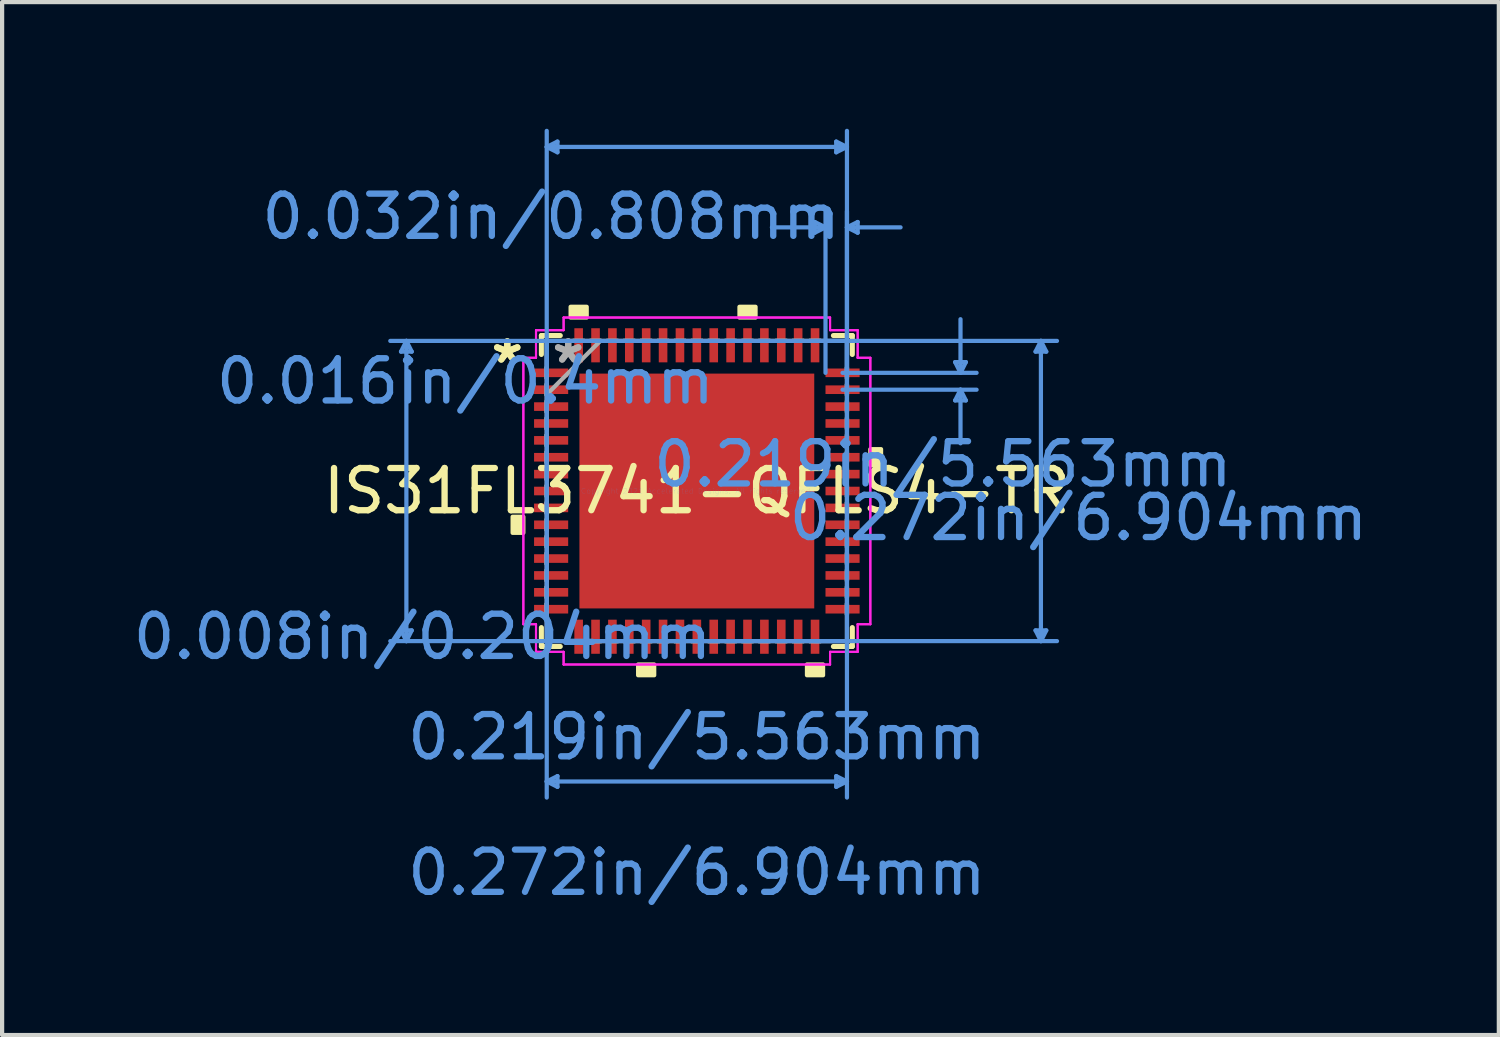
<source format=kicad_pcb>
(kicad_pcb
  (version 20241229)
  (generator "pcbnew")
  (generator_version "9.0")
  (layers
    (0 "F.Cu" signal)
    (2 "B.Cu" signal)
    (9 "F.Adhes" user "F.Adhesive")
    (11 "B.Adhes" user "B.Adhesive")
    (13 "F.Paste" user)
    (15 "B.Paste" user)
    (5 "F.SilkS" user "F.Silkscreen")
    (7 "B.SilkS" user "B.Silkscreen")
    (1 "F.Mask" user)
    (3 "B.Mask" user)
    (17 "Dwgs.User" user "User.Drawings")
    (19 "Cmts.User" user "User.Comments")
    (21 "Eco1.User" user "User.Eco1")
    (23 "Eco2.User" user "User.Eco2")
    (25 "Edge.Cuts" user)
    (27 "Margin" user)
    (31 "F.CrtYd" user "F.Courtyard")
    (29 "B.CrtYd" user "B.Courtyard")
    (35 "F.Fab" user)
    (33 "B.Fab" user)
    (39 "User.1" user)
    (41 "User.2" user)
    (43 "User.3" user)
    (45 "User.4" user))
  (footprint "IS31FL3741-QFLS4-TR"
    (layer "F.Cu")
    (at 13.458 8.582)
    (property "Reference" "IS31FL3741-QFLS4-TR" (at 0 0 0) (layer "F.SilkS") (effects (font (size 1 1) (thickness 0.15))))
    (attr through_hole)
    (fp_line (start -3.683 -3.683) (end -3.683 -3.235) (stroke (width 0.12) (type solid)) (layer "F.SilkS"))
    (fp_line (start -3.683 3.235) (end -3.683 3.683) (stroke (width 0.12) (type solid)) (layer "F.SilkS"))
    (fp_line (start -3.683 3.683) (end -3.235 3.683) (stroke (width 0.12) (type solid)) (layer "F.SilkS"))
    (fp_line (start -3.235 -3.683) (end -3.683 -3.683) (stroke (width 0.12) (type solid)) (layer "F.SilkS"))
    (fp_line (start 3.235 3.683) (end 3.683 3.683) (stroke (width 0.12) (type solid)) (layer "F.SilkS"))
    (fp_line (start 3.683 -3.683) (end 3.235 -3.683) (stroke (width 0.12) (type solid)) (layer "F.SilkS"))
    (fp_line (start 3.683 -3.235) (end 3.683 -3.683) (stroke (width 0.12) (type solid)) (layer "F.SilkS"))
    (fp_line (start 3.683 3.683) (end 3.683 3.235) (stroke (width 0.12) (type solid)) (layer "F.SilkS"))
    (fp_poly (pts (xy -4.364 0.61) (xy -4.364 0.991) (xy -4.11 0.991) (xy -4.11 0.61)) (stroke (width 0.1) (type solid)) (fill yes) (layer "F.SilkS"))
    (fp_poly (pts (xy -2.99 -4.11) (xy -2.99 -4.364) (xy -2.609 -4.364) (xy -2.609 -4.11)) (stroke (width 0.1) (type solid)) (fill yes) (layer "F.SilkS"))
    (fp_poly (pts (xy -1.391 4.11) (xy -1.391 4.364) (xy -1.01 4.364) (xy -1.01 4.11)) (stroke (width 0.1) (type solid)) (fill yes) (layer "F.SilkS"))
    (fp_poly (pts (xy 1.01 -4.11) (xy 1.01 -4.364) (xy 1.391 -4.364) (xy 1.391 -4.11)) (stroke (width 0.1) (type solid)) (fill yes) (layer "F.SilkS"))
    (fp_poly (pts (xy 2.609 4.11) (xy 2.609 4.364) (xy 2.99 4.364) (xy 2.99 4.11)) (stroke (width 0.1) (type solid)) (fill yes) (layer "F.SilkS"))
    (fp_poly (pts (xy 4.364 -0.991) (xy 4.364 -0.61) (xy 4.11 -0.61) (xy 4.11 -0.991)) (stroke (width 0.1) (type solid)) (fill yes) (layer "F.SilkS"))
    (fp_poly (pts (xy -2.681 -2.681) (xy -2.681 -1.491) (xy -1.491 -1.491) (xy -1.491 -2.681)) (stroke (width 0.1) (type solid)) (fill yes) (layer "F.Paste"))
    (fp_poly (pts (xy -2.681 -1.291) (xy -2.681 -0.1) (xy -1.491 -0.1) (xy -1.491 -1.291)) (stroke (width 0.1) (type solid)) (fill yes) (layer "F.Paste"))
    (fp_poly (pts (xy -2.681 0.1) (xy -2.681 1.291) (xy -1.491 1.291) (xy -1.491 0.1)) (stroke (width 0.1) (type solid)) (fill yes) (layer "F.Paste"))
    (fp_poly (pts (xy -2.681 1.491) (xy -2.681 2.681) (xy -1.491 2.681) (xy -1.491 1.491)) (stroke (width 0.1) (type solid)) (fill yes) (layer "F.Paste"))
    (fp_poly (pts (xy -1.291 -2.681) (xy -1.291 -1.491) (xy -0.1 -1.491) (xy -0.1 -2.681)) (stroke (width 0.1) (type solid)) (fill yes) (layer "F.Paste"))
    (fp_poly (pts (xy -1.291 -1.291) (xy -1.291 -0.1) (xy -0.1 -0.1) (xy -0.1 -1.291)) (stroke (width 0.1) (type solid)) (fill yes) (layer "F.Paste"))
    (fp_poly (pts (xy -1.291 0.1) (xy -1.291 1.291) (xy -0.1 1.291) (xy -0.1 0.1)) (stroke (width 0.1) (type solid)) (fill yes) (layer "F.Paste"))
    (fp_poly (pts (xy -1.291 1.491) (xy -1.291 2.681) (xy -0.1 2.681) (xy -0.1 1.491)) (stroke (width 0.1) (type solid)) (fill yes) (layer "F.Paste"))
    (fp_poly (pts (xy 0.1 -2.681) (xy 0.1 -1.491) (xy 1.291 -1.491) (xy 1.291 -2.681)) (stroke (width 0.1) (type solid)) (fill yes) (layer "F.Paste"))
    (fp_poly (pts (xy 0.1 -1.291) (xy 0.1 -0.1) (xy 1.291 -0.1) (xy 1.291 -1.291)) (stroke (width 0.1) (type solid)) (fill yes) (layer "F.Paste"))
    (fp_poly (pts (xy 0.1 0.1) (xy 0.1 1.291) (xy 1.291 1.291) (xy 1.291 0.1)) (stroke (width 0.1) (type solid)) (fill yes) (layer "F.Paste"))
    (fp_poly (pts (xy 0.1 1.491) (xy 0.1 2.681) (xy 1.291 2.681) (xy 1.291 1.491)) (stroke (width 0.1) (type solid)) (fill yes) (layer "F.Paste"))
    (fp_poly (pts (xy 1.491 -2.681) (xy 1.491 -1.491) (xy 2.681 -1.491) (xy 2.681 -2.681)) (stroke (width 0.1) (type solid)) (fill yes) (layer "F.Paste"))
    (fp_poly (pts (xy 1.491 -1.291) (xy 1.491 -0.1) (xy 2.681 -0.1) (xy 2.681 -1.291)) (stroke (width 0.1) (type solid)) (fill yes) (layer "F.Paste"))
    (fp_poly (pts (xy 1.491 0.1) (xy 1.491 1.291) (xy 2.681 1.291) (xy 2.681 0.1)) (stroke (width 0.1) (type solid)) (fill yes) (layer "F.Paste"))
    (fp_poly (pts (xy 1.491 1.491) (xy 1.491 2.681) (xy 2.681 2.681) (xy 2.681 1.491)) (stroke (width 0.1) (type solid)) (fill yes) (layer "F.Paste"))
    (fp_line (start -7.008 -3.302) (end -6.754 -3.302) (stroke (width 0.1) (type solid)) (layer "Cmts.User"))
    (fp_line (start -7.008 3.302) (end -6.754 3.302) (stroke (width 0.1) (type solid)) (layer "Cmts.User"))
    (fp_line (start -6.881 -3.556) (end -7.008 -3.302) (stroke (width 0.1) (type solid)) (layer "Cmts.User"))
    (fp_line (start -6.881 -3.556) (end -6.881 3.556) (stroke (width 0.1) (type solid)) (layer "Cmts.User"))
    (fp_line (start -6.881 -3.556) (end -6.754 -3.302) (stroke (width 0.1) (type solid)) (layer "Cmts.User"))
    (fp_line (start -6.881 3.556) (end -7.008 3.302) (stroke (width 0.1) (type solid)) (layer "Cmts.User"))
    (fp_line (start -6.881 3.556) (end -6.754 3.302) (stroke (width 0.1) (type solid)) (layer "Cmts.User"))
    (fp_line (start -3.556 -8.151) (end -3.302 -8.278) (stroke (width 0.1) (type solid)) (layer "Cmts.User"))
    (fp_line (start -3.556 -8.151) (end -3.302 -8.024) (stroke (width 0.1) (type solid)) (layer "Cmts.User"))
    (fp_line (start -3.556 -8.151) (end 3.556 -8.151) (stroke (width 0.1) (type solid)) (layer "Cmts.User"))
    (fp_line (start -3.556 -3.556) (end -3.556 7.262) (stroke (width 0.1) (type solid)) (layer "Cmts.User"))
    (fp_line (start -3.556 -2.8) (end -3.556 -8.532) (stroke (width 0.1) (type solid)) (layer "Cmts.User"))
    (fp_line (start -3.556 6.881) (end -3.302 6.754) (stroke (width 0.1) (type solid)) (layer "Cmts.User"))
    (fp_line (start -3.556 6.881) (end -3.302 7.008) (stroke (width 0.1) (type solid)) (layer "Cmts.User"))
    (fp_line (start -3.556 6.881) (end 3.556 6.881) (stroke (width 0.1) (type solid)) (layer "Cmts.User"))
    (fp_line (start -3.302 -8.278) (end -3.302 -8.024) (stroke (width 0.1) (type solid)) (layer "Cmts.User"))
    (fp_line (start -3.302 6.754) (end -3.302 7.008) (stroke (width 0.1) (type solid)) (layer "Cmts.User"))
    (fp_line (start 2.794 -6.373) (end 2.794 -6.119) (stroke (width 0.1) (type solid)) (layer "Cmts.User"))
    (fp_line (start 2.8 -3.556) (end 8.532 -3.556) (stroke (width 0.1) (type solid)) (layer "Cmts.User"))
    (fp_line (start 2.8 3.556) (end 8.532 3.556) (stroke (width 0.1) (type solid)) (layer "Cmts.User"))
    (fp_line (start 3.048 -6.246) (end 1.778 -6.246) (stroke (width 0.1) (type solid)) (layer "Cmts.User"))
    (fp_line (start 3.048 -6.246) (end 2.794 -6.373) (stroke (width 0.1) (type solid)) (layer "Cmts.User"))
    (fp_line (start 3.048 -6.246) (end 2.794 -6.119) (stroke (width 0.1) (type solid)) (layer "Cmts.User"))
    (fp_line (start 3.048 -2.8) (end 3.048 -6.627) (stroke (width 0.1) (type solid)) (layer "Cmts.User"))
    (fp_line (start 3.302 -8.278) (end 3.302 -8.024) (stroke (width 0.1) (type solid)) (layer "Cmts.User"))
    (fp_line (start 3.302 6.754) (end 3.302 7.008) (stroke (width 0.1) (type solid)) (layer "Cmts.User"))
    (fp_line (start 3.452 -2.8) (end 6.627 -2.8) (stroke (width 0.1) (type solid)) (layer "Cmts.User"))
    (fp_line (start 3.452 -2.4) (end 6.627 -2.4) (stroke (width 0.1) (type solid)) (layer "Cmts.User"))
    (fp_line (start 3.556 -8.151) (end 3.302 -8.278) (stroke (width 0.1) (type solid)) (layer "Cmts.User"))
    (fp_line (start 3.556 -8.151) (end 3.302 -8.024) (stroke (width 0.1) (type solid)) (layer "Cmts.User"))
    (fp_line (start 3.556 -6.246) (end 3.81 -6.373) (stroke (width 0.1) (type solid)) (layer "Cmts.User"))
    (fp_line (start 3.556 -6.246) (end 3.81 -6.119) (stroke (width 0.1) (type solid)) (layer "Cmts.User"))
    (fp_line (start 3.556 -6.246) (end 4.826 -6.246) (stroke (width 0.1) (type solid)) (layer "Cmts.User"))
    (fp_line (start 3.556 -3.556) (end -7.262 -3.556) (stroke (width 0.1) (type solid)) (layer "Cmts.User"))
    (fp_line (start 3.556 -3.556) (end 3.556 7.262) (stroke (width 0.1) (type solid)) (layer "Cmts.User"))
    (fp_line (start 3.556 -2.8) (end 3.556 -8.532) (stroke (width 0.1) (type solid)) (layer "Cmts.User"))
    (fp_line (start 3.556 -2.8) (end 3.556 -6.627) (stroke (width 0.1) (type solid)) (layer "Cmts.User"))
    (fp_line (start 3.556 3.556) (end -7.262 3.556) (stroke (width 0.1) (type solid)) (layer "Cmts.User"))
    (fp_line (start 3.556 6.881) (end 3.302 6.754) (stroke (width 0.1) (type solid)) (layer "Cmts.User"))
    (fp_line (start 3.556 6.881) (end 3.302 7.008) (stroke (width 0.1) (type solid)) (layer "Cmts.User"))
    (fp_line (start 3.81 -6.373) (end 3.81 -6.119) (stroke (width 0.1) (type solid)) (layer "Cmts.User"))
    (fp_line (start 6.119 -3.054) (end 6.373 -3.054) (stroke (width 0.1) (type solid)) (layer "Cmts.User"))
    (fp_line (start 6.119 -2.146) (end 6.373 -2.146) (stroke (width 0.1) (type solid)) (layer "Cmts.User"))
    (fp_line (start 6.246 -2.8) (end 6.119 -3.054) (stroke (width 0.1) (type solid)) (layer "Cmts.User"))
    (fp_line (start 6.246 -2.8) (end 6.246 -4.07) (stroke (width 0.1) (type solid)) (layer "Cmts.User"))
    (fp_line (start 6.246 -2.8) (end 6.373 -3.054) (stroke (width 0.1) (type solid)) (layer "Cmts.User"))
    (fp_line (start 6.246 -2.4) (end 6.119 -2.146) (stroke (width 0.1) (type solid)) (layer "Cmts.User"))
    (fp_line (start 6.246 -2.4) (end 6.246 -1.13) (stroke (width 0.1) (type solid)) (layer "Cmts.User"))
    (fp_line (start 6.246 -2.4) (end 6.373 -2.146) (stroke (width 0.1) (type solid)) (layer "Cmts.User"))
    (fp_line (start 8.024 -3.302) (end 8.278 -3.302) (stroke (width 0.1) (type solid)) (layer "Cmts.User"))
    (fp_line (start 8.024 3.302) (end 8.278 3.302) (stroke (width 0.1) (type solid)) (layer "Cmts.User"))
    (fp_line (start 8.151 -3.556) (end 8.024 -3.302) (stroke (width 0.1) (type solid)) (layer "Cmts.User"))
    (fp_line (start 8.151 -3.556) (end 8.151 3.556) (stroke (width 0.1) (type solid)) (layer "Cmts.User"))
    (fp_line (start 8.151 -3.556) (end 8.278 -3.302) (stroke (width 0.1) (type solid)) (layer "Cmts.User"))
    (fp_line (start 8.151 3.556) (end 8.024 3.302) (stroke (width 0.1) (type solid)) (layer "Cmts.User"))
    (fp_line (start 8.151 3.556) (end 8.278 3.302) (stroke (width 0.1) (type solid)) (layer "Cmts.User"))
    (fp_line (start -4.11 -3.156) (end -3.81 -3.156) (stroke (width 0.05) (type solid)) (layer "F.CrtYd"))
    (fp_line (start -4.11 -3.156) (end -3.81 -3.156) (stroke (width 0.05) (type solid)) (layer "F.CrtYd"))
    (fp_line (start -4.11 3.156) (end -4.11 -3.156) (stroke (width 0.05) (type solid)) (layer "F.CrtYd"))
    (fp_line (start -4.11 3.156) (end -4.11 -3.156) (stroke (width 0.05) (type solid)) (layer "F.CrtYd"))
    (fp_line (start -3.81 -3.81) (end -3.156 -3.81) (stroke (width 0.05) (type solid)) (layer "F.CrtYd"))
    (fp_line (start -3.81 -3.81) (end -3.156 -3.81) (stroke (width 0.05) (type solid)) (layer "F.CrtYd"))
    (fp_line (start -3.81 -3.156) (end -3.81 -3.81) (stroke (width 0.05) (type solid)) (layer "F.CrtYd"))
    (fp_line (start -3.81 -3.156) (end -3.81 -3.81) (stroke (width 0.05) (type solid)) (layer "F.CrtYd"))
    (fp_line (start -3.81 3.156) (end -4.11 3.156) (stroke (width 0.05) (type solid)) (layer "F.CrtYd"))
    (fp_line (start -3.81 3.156) (end -4.11 3.156) (stroke (width 0.05) (type solid)) (layer "F.CrtYd"))
    (fp_line (start -3.81 3.81) (end -3.81 3.156) (stroke (width 0.05) (type solid)) (layer "F.CrtYd"))
    (fp_line (start -3.81 3.81) (end -3.81 3.156) (stroke (width 0.05) (type solid)) (layer "F.CrtYd"))
    (fp_line (start -3.156 -4.11) (end 3.156 -4.11) (stroke (width 0.05) (type solid)) (layer "F.CrtYd"))
    (fp_line (start -3.156 -4.11) (end 3.156 -4.11) (stroke (width 0.05) (type solid)) (layer "F.CrtYd"))
    (fp_line (start -3.156 -3.81) (end -3.156 -4.11) (stroke (width 0.05) (type solid)) (layer "F.CrtYd"))
    (fp_line (start -3.156 -3.81) (end -3.156 -4.11) (stroke (width 0.05) (type solid)) (layer "F.CrtYd"))
    (fp_line (start -3.156 3.81) (end -3.81 3.81) (stroke (width 0.05) (type solid)) (layer "F.CrtYd"))
    (fp_line (start -3.156 3.81) (end -3.81 3.81) (stroke (width 0.05) (type solid)) (layer "F.CrtYd"))
    (fp_line (start -3.156 4.11) (end -3.156 3.81) (stroke (width 0.05) (type solid)) (layer "F.CrtYd"))
    (fp_line (start -3.156 4.11) (end -3.156 3.81) (stroke (width 0.05) (type solid)) (layer "F.CrtYd"))
    (fp_line (start 3.156 -4.11) (end 3.156 -3.81) (stroke (width 0.05) (type solid)) (layer "F.CrtYd"))
    (fp_line (start 3.156 -4.11) (end 3.156 -3.81) (stroke (width 0.05) (type solid)) (layer "F.CrtYd"))
    (fp_line (start 3.156 -3.81) (end 3.81 -3.81) (stroke (width 0.05) (type solid)) (layer "F.CrtYd"))
    (fp_line (start 3.156 -3.81) (end 3.81 -3.81) (stroke (width 0.05) (type solid)) (layer "F.CrtYd"))
    (fp_line (start 3.156 3.81) (end 3.156 4.11) (stroke (width 0.05) (type solid)) (layer "F.CrtYd"))
    (fp_line (start 3.156 3.81) (end 3.156 4.11) (stroke (width 0.05) (type solid)) (layer "F.CrtYd"))
    (fp_line (start 3.156 4.11) (end -3.156 4.11) (stroke (width 0.05) (type solid)) (layer "F.CrtYd"))
    (fp_line (start 3.156 4.11) (end -3.156 4.11) (stroke (width 0.05) (type solid)) (layer "F.CrtYd"))
    (fp_line (start 3.81 -3.81) (end 3.81 -3.156) (stroke (width 0.05) (type solid)) (layer "F.CrtYd"))
    (fp_line (start 3.81 -3.81) (end 3.81 -3.156) (stroke (width 0.05) (type solid)) (layer "F.CrtYd"))
    (fp_line (start 3.81 -3.156) (end 4.11 -3.156) (stroke (width 0.05) (type solid)) (layer "F.CrtYd"))
    (fp_line (start 3.81 -3.156) (end 4.11 -3.156) (stroke (width 0.05) (type solid)) (layer "F.CrtYd"))
    (fp_line (start 3.81 3.156) (end 3.81 3.81) (stroke (width 0.05) (type solid)) (layer "F.CrtYd"))
    (fp_line (start 3.81 3.156) (end 3.81 3.81) (stroke (width 0.05) (type solid)) (layer "F.CrtYd"))
    (fp_line (start 3.81 3.81) (end 3.156 3.81) (stroke (width 0.05) (type solid)) (layer "F.CrtYd"))
    (fp_line (start 3.81 3.81) (end 3.156 3.81) (stroke (width 0.05) (type solid)) (layer "F.CrtYd"))
    (fp_line (start 4.11 -3.156) (end 4.11 3.156) (stroke (width 0.05) (type solid)) (layer "F.CrtYd"))
    (fp_line (start 4.11 -3.156) (end 4.11 3.156) (stroke (width 0.05) (type solid)) (layer "F.CrtYd"))
    (fp_line (start 4.11 3.156) (end 3.81 3.156) (stroke (width 0.05) (type solid)) (layer "F.CrtYd"))
    (fp_line (start 4.11 3.156) (end 3.81 3.156) (stroke (width 0.05) (type solid)) (layer "F.CrtYd"))
    (fp_line (start -3.556 -3.556) (end -3.556 -3.556) (stroke (width 0.1) (type solid)) (layer "F.Fab"))
    (fp_line (start -3.556 -3.556) (end -3.556 3.556) (stroke (width 0.1) (type solid)) (layer "F.Fab"))
    (fp_line (start -3.556 -2.927) (end -3.556 -2.927) (stroke (width 0.1) (type solid)) (layer "F.Fab"))
    (fp_line (start -3.556 -2.927) (end -3.556 -2.673) (stroke (width 0.1) (type solid)) (layer "F.Fab"))
    (fp_line (start -3.556 -2.673) (end -3.556 -2.927) (stroke (width 0.1) (type solid)) (layer "F.Fab"))
    (fp_line (start -3.556 -2.673) (end -3.556 -2.673) (stroke (width 0.1) (type solid)) (layer "F.Fab"))
    (fp_line (start -3.556 -2.527) (end -3.556 -2.527) (stroke (width 0.1) (type solid)) (layer "F.Fab"))
    (fp_line (start -3.556 -2.527) (end -3.556 -2.273) (stroke (width 0.1) (type solid)) (layer "F.Fab"))
    (fp_line (start -3.556 -2.286) (end -2.286 -3.556) (stroke (width 0.1) (type solid)) (layer "F.Fab"))
    (fp_line (start -3.556 -2.273) (end -3.556 -2.527) (stroke (width 0.1) (type solid)) (layer "F.Fab"))
    (fp_line (start -3.556 -2.273) (end -3.556 -2.273) (stroke (width 0.1) (type solid)) (layer "F.Fab"))
    (fp_line (start -3.556 -2.127) (end -3.556 -2.127) (stroke (width 0.1) (type solid)) (layer "F.Fab"))
    (fp_line (start -3.556 -2.127) (end -3.556 -1.873) (stroke (width 0.1) (type solid)) (layer "F.Fab"))
    (fp_line (start -3.556 -1.873) (end -3.556 -2.127) (stroke (width 0.1) (type solid)) (layer "F.Fab"))
    (fp_line (start -3.556 -1.873) (end -3.556 -1.873) (stroke (width 0.1) (type solid)) (layer "F.Fab"))
    (fp_line (start -3.556 -1.727) (end -3.556 -1.727) (stroke (width 0.1) (type solid)) (layer "F.Fab"))
    (fp_line (start -3.556 -1.727) (end -3.556 -1.473) (stroke (width 0.1) (type solid)) (layer "F.Fab"))
    (fp_line (start -3.556 -1.473) (end -3.556 -1.727) (stroke (width 0.1) (type solid)) (layer "F.Fab"))
    (fp_line (start -3.556 -1.473) (end -3.556 -1.473) (stroke (width 0.1) (type solid)) (layer "F.Fab"))
    (fp_line (start -3.556 -1.327) (end -3.556 -1.327) (stroke (width 0.1) (type solid)) (layer "F.Fab"))
    (fp_line (start -3.556 -1.327) (end -3.556 -1.073) (stroke (width 0.1) (type solid)) (layer "F.Fab"))
    (fp_line (start -3.556 -1.073) (end -3.556 -1.327) (stroke (width 0.1) (type solid)) (layer "F.Fab"))
    (fp_line (start -3.556 -1.073) (end -3.556 -1.073) (stroke (width 0.1) (type solid)) (layer "F.Fab"))
    (fp_line (start -3.556 -0.927) (end -3.556 -0.927) (stroke (width 0.1) (type solid)) (layer "F.Fab"))
    (fp_line (start -3.556 -0.927) (end -3.556 -0.673) (stroke (width 0.1) (type solid)) (layer "F.Fab"))
    (fp_line (start -3.556 -0.673) (end -3.556 -0.927) (stroke (width 0.1) (type solid)) (layer "F.Fab"))
    (fp_line (start -3.556 -0.673) (end -3.556 -0.673) (stroke (width 0.1) (type solid)) (layer "F.Fab"))
    (fp_line (start -3.556 -0.527) (end -3.556 -0.527) (stroke (width 0.1) (type solid)) (layer "F.Fab"))
    (fp_line (start -3.556 -0.527) (end -3.556 -0.273) (stroke (width 0.1) (type solid)) (layer "F.Fab"))
    (fp_line (start -3.556 -0.273) (end -3.556 -0.527) (stroke (width 0.1) (type solid)) (layer "F.Fab"))
    (fp_line (start -3.556 -0.273) (end -3.556 -0.273) (stroke (width 0.1) (type solid)) (layer "F.Fab"))
    (fp_line (start -3.556 -0.127) (end -3.556 -0.127) (stroke (width 0.1) (type solid)) (layer "F.Fab"))
    (fp_line (start -3.556 -0.127) (end -3.556 0.127) (stroke (width 0.1) (type solid)) (layer "F.Fab"))
    (fp_line (start -3.556 0.127) (end -3.556 -0.127) (stroke (width 0.1) (type solid)) (layer "F.Fab"))
    (fp_line (start -3.556 0.127) (end -3.556 0.127) (stroke (width 0.1) (type solid)) (layer "F.Fab"))
    (fp_line (start -3.556 0.273) (end -3.556 0.273) (stroke (width 0.1) (type solid)) (layer "F.Fab"))
    (fp_line (start -3.556 0.273) (end -3.556 0.527) (stroke (width 0.1) (type solid)) (layer "F.Fab"))
    (fp_line (start -3.556 0.527) (end -3.556 0.273) (stroke (width 0.1) (type solid)) (layer "F.Fab"))
    (fp_line (start -3.556 0.527) (end -3.556 0.527) (stroke (width 0.1) (type solid)) (layer "F.Fab"))
    (fp_line (start -3.556 0.673) (end -3.556 0.673) (stroke (width 0.1) (type solid)) (layer "F.Fab"))
    (fp_line (start -3.556 0.673) (end -3.556 0.927) (stroke (width 0.1) (type solid)) (layer "F.Fab"))
    (fp_line (start -3.556 0.927) (end -3.556 0.673) (stroke (width 0.1) (type solid)) (layer "F.Fab"))
    (fp_line (start -3.556 0.927) (end -3.556 0.927) (stroke (width 0.1) (type solid)) (layer "F.Fab"))
    (fp_line (start -3.556 1.073) (end -3.556 1.073) (stroke (width 0.1) (type solid)) (layer "F.Fab"))
    (fp_line (start -3.556 1.073) (end -3.556 1.327) (stroke (width 0.1) (type solid)) (layer "F.Fab"))
    (fp_line (start -3.556 1.327) (end -3.556 1.073) (stroke (width 0.1) (type solid)) (layer "F.Fab"))
    (fp_line (start -3.556 1.327) (end -3.556 1.327) (stroke (width 0.1) (type solid)) (layer "F.Fab"))
    (fp_line (start -3.556 1.473) (end -3.556 1.473) (stroke (width 0.1) (type solid)) (layer "F.Fab"))
    (fp_line (start -3.556 1.473) (end -3.556 1.727) (stroke (width 0.1) (type solid)) (layer "F.Fab"))
    (fp_line (start -3.556 1.727) (end -3.556 1.473) (stroke (width 0.1) (type solid)) (layer "F.Fab"))
    (fp_line (start -3.556 1.727) (end -3.556 1.727) (stroke (width 0.1) (type solid)) (layer "F.Fab"))
    (fp_line (start -3.556 1.873) (end -3.556 1.873) (stroke (width 0.1) (type solid)) (layer "F.Fab"))
    (fp_line (start -3.556 1.873) (end -3.556 2.127) (stroke (width 0.1) (type solid)) (layer "F.Fab"))
    (fp_line (start -3.556 2.127) (end -3.556 1.873) (stroke (width 0.1) (type solid)) (layer "F.Fab"))
    (fp_line (start -3.556 2.127) (end -3.556 2.127) (stroke (width 0.1) (type solid)) (layer "F.Fab"))
    (fp_line (start -3.556 2.273) (end -3.556 2.273) (stroke (width 0.1) (type solid)) (layer "F.Fab"))
    (fp_line (start -3.556 2.273) (end -3.556 2.527) (stroke (width 0.1) (type solid)) (layer "F.Fab"))
    (fp_line (start -3.556 2.527) (end -3.556 2.273) (stroke (width 0.1) (type solid)) (layer "F.Fab"))
    (fp_line (start -3.556 2.527) (end -3.556 2.527) (stroke (width 0.1) (type solid)) (layer "F.Fab"))
    (fp_line (start -3.556 2.673) (end -3.556 2.673) (stroke (width 0.1) (type solid)) (layer "F.Fab"))
    (fp_line (start -3.556 2.673) (end -3.556 2.927) (stroke (width 0.1) (type solid)) (layer "F.Fab"))
    (fp_line (start -3.556 2.927) (end -3.556 2.673) (stroke (width 0.1) (type solid)) (layer "F.Fab"))
    (fp_line (start -3.556 2.927) (end -3.556 2.927) (stroke (width 0.1) (type solid)) (layer "F.Fab"))
    (fp_line (start -3.556 3.556) (end -3.556 3.556) (stroke (width 0.1) (type solid)) (layer "F.Fab"))
    (fp_line (start -3.556 3.556) (end 3.556 3.556) (stroke (width 0.1) (type solid)) (layer "F.Fab"))
    (fp_line (start -2.927 -3.556) (end -2.927 -3.556) (stroke (width 0.1) (type solid)) (layer "F.Fab"))
    (fp_line (start -2.927 -3.556) (end -2.673 -3.556) (stroke (width 0.1) (type solid)) (layer "F.Fab"))
    (fp_line (start -2.927 3.556) (end -2.927 3.556) (stroke (width 0.1) (type solid)) (layer "F.Fab"))
    (fp_line (start -2.927 3.556) (end -2.673 3.556) (stroke (width 0.1) (type solid)) (layer "F.Fab"))
    (fp_line (start -2.673 -3.556) (end -2.927 -3.556) (stroke (width 0.1) (type solid)) (layer "F.Fab"))
    (fp_line (start -2.673 -3.556) (end -2.673 -3.556) (stroke (width 0.1) (type solid)) (layer "F.Fab"))
    (fp_line (start -2.673 3.556) (end -2.927 3.556) (stroke (width 0.1) (type solid)) (layer "F.Fab"))
    (fp_line (start -2.673 3.556) (end -2.673 3.556) (stroke (width 0.1) (type solid)) (layer "F.Fab"))
    (fp_line (start -2.527 -3.556) (end -2.527 -3.556) (stroke (width 0.1) (type solid)) (layer "F.Fab"))
    (fp_line (start -2.527 -3.556) (end -2.273 -3.556) (stroke (width 0.1) (type solid)) (layer "F.Fab"))
    (fp_line (start -2.527 3.556) (end -2.527 3.556) (stroke (width 0.1) (type solid)) (layer "F.Fab"))
    (fp_line (start -2.527 3.556) (end -2.273 3.556) (stroke (width 0.1) (type solid)) (layer "F.Fab"))
    (fp_line (start -2.273 -3.556) (end -2.527 -3.556) (stroke (width 0.1) (type solid)) (layer "F.Fab"))
    (fp_line (start -2.273 -3.556) (end -2.273 -3.556) (stroke (width 0.1) (type solid)) (layer "F.Fab"))
    (fp_line (start -2.273 3.556) (end -2.527 3.556) (stroke (width 0.1) (type solid)) (layer "F.Fab"))
    (fp_line (start -2.273 3.556) (end -2.273 3.556) (stroke (width 0.1) (type solid)) (layer "F.Fab"))
    (fp_line (start -2.127 -3.556) (end -2.127 -3.556) (stroke (width 0.1) (type solid)) (layer "F.Fab"))
    (fp_line (start -2.127 -3.556) (end -1.873 -3.556) (stroke (width 0.1) (type solid)) (layer "F.Fab"))
    (fp_line (start -2.127 3.556) (end -2.127 3.556) (stroke (width 0.1) (type solid)) (layer "F.Fab"))
    (fp_line (start -2.127 3.556) (end -1.873 3.556) (stroke (width 0.1) (type solid)) (layer "F.Fab"))
    (fp_line (start -1.873 -3.556) (end -2.127 -3.556) (stroke (width 0.1) (type solid)) (layer "F.Fab"))
    (fp_line (start -1.873 -3.556) (end -1.873 -3.556) (stroke (width 0.1) (type solid)) (layer "F.Fab"))
    (fp_line (start -1.873 3.556) (end -2.127 3.556) (stroke (width 0.1) (type solid)) (layer "F.Fab"))
    (fp_line (start -1.873 3.556) (end -1.873 3.556) (stroke (width 0.1) (type solid)) (layer "F.Fab"))
    (fp_line (start -1.727 -3.556) (end -1.727 -3.556) (stroke (width 0.1) (type solid)) (layer "F.Fab"))
    (fp_line (start -1.727 -3.556) (end -1.473 -3.556) (stroke (width 0.1) (type solid)) (layer "F.Fab"))
    (fp_line (start -1.727 3.556) (end -1.727 3.556) (stroke (width 0.1) (type solid)) (layer "F.Fab"))
    (fp_line (start -1.727 3.556) (end -1.473 3.556) (stroke (width 0.1) (type solid)) (layer "F.Fab"))
    (fp_line (start -1.473 -3.556) (end -1.727 -3.556) (stroke (width 0.1) (type solid)) (layer "F.Fab"))
    (fp_line (start -1.473 -3.556) (end -1.473 -3.556) (stroke (width 0.1) (type solid)) (layer "F.Fab"))
    (fp_line (start -1.473 3.556) (end -1.727 3.556) (stroke (width 0.1) (type solid)) (layer "F.Fab"))
    (fp_line (start -1.473 3.556) (end -1.473 3.556) (stroke (width 0.1) (type solid)) (layer "F.Fab"))
    (fp_line (start -1.327 -3.556) (end -1.327 -3.556) (stroke (width 0.1) (type solid)) (layer "F.Fab"))
    (fp_line (start -1.327 -3.556) (end -1.073 -3.556) (stroke (width 0.1) (type solid)) (layer "F.Fab"))
    (fp_line (start -1.327 3.556) (end -1.327 3.556) (stroke (width 0.1) (type solid)) (layer "F.Fab"))
    (fp_line (start -1.327 3.556) (end -1.073 3.556) (stroke (width 0.1) (type solid)) (layer "F.Fab"))
    (fp_line (start -1.073 -3.556) (end -1.327 -3.556) (stroke (width 0.1) (type solid)) (layer "F.Fab"))
    (fp_line (start -1.073 -3.556) (end -1.073 -3.556) (stroke (width 0.1) (type solid)) (layer "F.Fab"))
    (fp_line (start -1.073 3.556) (end -1.327 3.556) (stroke (width 0.1) (type solid)) (layer "F.Fab"))
    (fp_line (start -1.073 3.556) (end -1.073 3.556) (stroke (width 0.1) (type solid)) (layer "F.Fab"))
    (fp_line (start -0.927 -3.556) (end -0.927 -3.556) (stroke (width 0.1) (type solid)) (layer "F.Fab"))
    (fp_line (start -0.927 -3.556) (end -0.673 -3.556) (stroke (width 0.1) (type solid)) (layer "F.Fab"))
    (fp_line (start -0.927 3.556) (end -0.927 3.556) (stroke (width 0.1) (type solid)) (layer "F.Fab"))
    (fp_line (start -0.927 3.556) (end -0.673 3.556) (stroke (width 0.1) (type solid)) (layer "F.Fab"))
    (fp_line (start -0.673 -3.556) (end -0.927 -3.556) (stroke (width 0.1) (type solid)) (layer "F.Fab"))
    (fp_line (start -0.673 -3.556) (end -0.673 -3.556) (stroke (width 0.1) (type solid)) (layer "F.Fab"))
    (fp_line (start -0.673 3.556) (end -0.927 3.556) (stroke (width 0.1) (type solid)) (layer "F.Fab"))
    (fp_line (start -0.673 3.556) (end -0.673 3.556) (stroke (width 0.1) (type solid)) (layer "F.Fab"))
    (fp_line (start -0.527 -3.556) (end -0.527 -3.556) (stroke (width 0.1) (type solid)) (layer "F.Fab"))
    (fp_line (start -0.527 -3.556) (end -0.273 -3.556) (stroke (width 0.1) (type solid)) (layer "F.Fab"))
    (fp_line (start -0.527 3.556) (end -0.527 3.556) (stroke (width 0.1) (type solid)) (layer "F.Fab"))
    (fp_line (start -0.527 3.556) (end -0.273 3.556) (stroke (width 0.1) (type solid)) (layer "F.Fab"))
    (fp_line (start -0.273 -3.556) (end -0.527 -3.556) (stroke (width 0.1) (type solid)) (layer "F.Fab"))
    (fp_line (start -0.273 -3.556) (end -0.273 -3.556) (stroke (width 0.1) (type solid)) (layer "F.Fab"))
    (fp_line (start -0.273 3.556) (end -0.527 3.556) (stroke (width 0.1) (type solid)) (layer "F.Fab"))
    (fp_line (start -0.273 3.556) (end -0.273 3.556) (stroke (width 0.1) (type solid)) (layer "F.Fab"))
    (fp_line (start -0.127 -3.556) (end -0.127 -3.556) (stroke (width 0.1) (type solid)) (layer "F.Fab"))
    (fp_line (start -0.127 -3.556) (end 0.127 -3.556) (stroke (width 0.1) (type solid)) (layer "F.Fab"))
    (fp_line (start -0.127 3.556) (end -0.127 3.556) (stroke (width 0.1) (type solid)) (layer "F.Fab"))
    (fp_line (start -0.127 3.556) (end 0.127 3.556) (stroke (width 0.1) (type solid)) (layer "F.Fab"))
    (fp_line (start 0.127 -3.556) (end -0.127 -3.556) (stroke (width 0.1) (type solid)) (layer "F.Fab"))
    (fp_line (start 0.127 -3.556) (end 0.127 -3.556) (stroke (width 0.1) (type solid)) (layer "F.Fab"))
    (fp_line (start 0.127 3.556) (end -0.127 3.556) (stroke (width 0.1) (type solid)) (layer "F.Fab"))
    (fp_line (start 0.127 3.556) (end 0.127 3.556) (stroke (width 0.1) (type solid)) (layer "F.Fab"))
    (fp_line (start 0.273 -3.556) (end 0.273 -3.556) (stroke (width 0.1) (type solid)) (layer "F.Fab"))
    (fp_line (start 0.273 -3.556) (end 0.527 -3.556) (stroke (width 0.1) (type solid)) (layer "F.Fab"))
    (fp_line (start 0.273 3.556) (end 0.273 3.556) (stroke (width 0.1) (type solid)) (layer "F.Fab"))
    (fp_line (start 0.273 3.556) (end 0.527 3.556) (stroke (width 0.1) (type solid)) (layer "F.Fab"))
    (fp_line (start 0.527 -3.556) (end 0.273 -3.556) (stroke (width 0.1) (type solid)) (layer "F.Fab"))
    (fp_line (start 0.527 -3.556) (end 0.527 -3.556) (stroke (width 0.1) (type solid)) (layer "F.Fab"))
    (fp_line (start 0.527 3.556) (end 0.273 3.556) (stroke (width 0.1) (type solid)) (layer "F.Fab"))
    (fp_line (start 0.527 3.556) (end 0.527 3.556) (stroke (width 0.1) (type solid)) (layer "F.Fab"))
    (fp_line (start 0.673 -3.556) (end 0.673 -3.556) (stroke (width 0.1) (type solid)) (layer "F.Fab"))
    (fp_line (start 0.673 -3.556) (end 0.927 -3.556) (stroke (width 0.1) (type solid)) (layer "F.Fab"))
    (fp_line (start 0.673 3.556) (end 0.673 3.556) (stroke (width 0.1) (type solid)) (layer "F.Fab"))
    (fp_line (start 0.673 3.556) (end 0.927 3.556) (stroke (width 0.1) (type solid)) (layer "F.Fab"))
    (fp_line (start 0.927 -3.556) (end 0.673 -3.556) (stroke (width 0.1) (type solid)) (layer "F.Fab"))
    (fp_line (start 0.927 -3.556) (end 0.927 -3.556) (stroke (width 0.1) (type solid)) (layer "F.Fab"))
    (fp_line (start 0.927 3.556) (end 0.673 3.556) (stroke (width 0.1) (type solid)) (layer "F.Fab"))
    (fp_line (start 0.927 3.556) (end 0.927 3.556) (stroke (width 0.1) (type solid)) (layer "F.Fab"))
    (fp_line (start 1.073 -3.556) (end 1.073 -3.556) (stroke (width 0.1) (type solid)) (layer "F.Fab"))
    (fp_line (start 1.073 -3.556) (end 1.327 -3.556) (stroke (width 0.1) (type solid)) (layer "F.Fab"))
    (fp_line (start 1.073 3.556) (end 1.073 3.556) (stroke (width 0.1) (type solid)) (layer "F.Fab"))
    (fp_line (start 1.073 3.556) (end 1.327 3.556) (stroke (width 0.1) (type solid)) (layer "F.Fab"))
    (fp_line (start 1.327 -3.556) (end 1.073 -3.556) (stroke (width 0.1) (type solid)) (layer "F.Fab"))
    (fp_line (start 1.327 -3.556) (end 1.327 -3.556) (stroke (width 0.1) (type solid)) (layer "F.Fab"))
    (fp_line (start 1.327 3.556) (end 1.073 3.556) (stroke (width 0.1) (type solid)) (layer "F.Fab"))
    (fp_line (start 1.327 3.556) (end 1.327 3.556) (stroke (width 0.1) (type solid)) (layer "F.Fab"))
    (fp_line (start 1.473 -3.556) (end 1.473 -3.556) (stroke (width 0.1) (type solid)) (layer "F.Fab"))
    (fp_line (start 1.473 -3.556) (end 1.727 -3.556) (stroke (width 0.1) (type solid)) (layer "F.Fab"))
    (fp_line (start 1.473 3.556) (end 1.473 3.556) (stroke (width 0.1) (type solid)) (layer "F.Fab"))
    (fp_line (start 1.473 3.556) (end 1.727 3.556) (stroke (width 0.1) (type solid)) (layer "F.Fab"))
    (fp_line (start 1.727 -3.556) (end 1.473 -3.556) (stroke (width 0.1) (type solid)) (layer "F.Fab"))
    (fp_line (start 1.727 -3.556) (end 1.727 -3.556) (stroke (width 0.1) (type solid)) (layer "F.Fab"))
    (fp_line (start 1.727 3.556) (end 1.473 3.556) (stroke (width 0.1) (type solid)) (layer "F.Fab"))
    (fp_line (start 1.727 3.556) (end 1.727 3.556) (stroke (width 0.1) (type solid)) (layer "F.Fab"))
    (fp_line (start 1.873 -3.556) (end 1.873 -3.556) (stroke (width 0.1) (type solid)) (layer "F.Fab"))
    (fp_line (start 1.873 -3.556) (end 2.127 -3.556) (stroke (width 0.1) (type solid)) (layer "F.Fab"))
    (fp_line (start 1.873 3.556) (end 1.873 3.556) (stroke (width 0.1) (type solid)) (layer "F.Fab"))
    (fp_line (start 1.873 3.556) (end 2.127 3.556) (stroke (width 0.1) (type solid)) (layer "F.Fab"))
    (fp_line (start 2.127 -3.556) (end 1.873 -3.556) (stroke (width 0.1) (type solid)) (layer "F.Fab"))
    (fp_line (start 2.127 -3.556) (end 2.127 -3.556) (stroke (width 0.1) (type solid)) (layer "F.Fab"))
    (fp_line (start 2.127 3.556) (end 1.873 3.556) (stroke (width 0.1) (type solid)) (layer "F.Fab"))
    (fp_line (start 2.127 3.556) (end 2.127 3.556) (stroke (width 0.1) (type solid)) (layer "F.Fab"))
    (fp_line (start 2.273 -3.556) (end 2.273 -3.556) (stroke (width 0.1) (type solid)) (layer "F.Fab"))
    (fp_line (start 2.273 -3.556) (end 2.527 -3.556) (stroke (width 0.1) (type solid)) (layer "F.Fab"))
    (fp_line (start 2.273 3.556) (end 2.273 3.556) (stroke (width 0.1) (type solid)) (layer "F.Fab"))
    (fp_line (start 2.273 3.556) (end 2.527 3.556) (stroke (width 0.1) (type solid)) (layer "F.Fab"))
    (fp_line (start 2.527 -3.556) (end 2.273 -3.556) (stroke (width 0.1) (type solid)) (layer "F.Fab"))
    (fp_line (start 2.527 -3.556) (end 2.527 -3.556) (stroke (width 0.1) (type solid)) (layer "F.Fab"))
    (fp_line (start 2.527 3.556) (end 2.273 3.556) (stroke (width 0.1) (type solid)) (layer "F.Fab"))
    (fp_line (start 2.527 3.556) (end 2.527 3.556) (stroke (width 0.1) (type solid)) (layer "F.Fab"))
    (fp_line (start 2.673 -3.556) (end 2.673 -3.556) (stroke (width 0.1) (type solid)) (layer "F.Fab"))
    (fp_line (start 2.673 -3.556) (end 2.927 -3.556) (stroke (width 0.1) (type solid)) (layer "F.Fab"))
    (fp_line (start 2.673 3.556) (end 2.673 3.556) (stroke (width 0.1) (type solid)) (layer "F.Fab"))
    (fp_line (start 2.673 3.556) (end 2.927 3.556) (stroke (width 0.1) (type solid)) (layer "F.Fab"))
    (fp_line (start 2.927 -3.556) (end 2.673 -3.556) (stroke (width 0.1) (type solid)) (layer "F.Fab"))
    (fp_line (start 2.927 -3.556) (end 2.927 -3.556) (stroke (width 0.1) (type solid)) (layer "F.Fab"))
    (fp_line (start 2.927 3.556) (end 2.673 3.556) (stroke (width 0.1) (type solid)) (layer "F.Fab"))
    (fp_line (start 2.927 3.556) (end 2.927 3.556) (stroke (width 0.1) (type solid)) (layer "F.Fab"))
    (fp_line (start 3.556 -3.556) (end -3.556 -3.556) (stroke (width 0.1) (type solid)) (layer "F.Fab"))
    (fp_line (start 3.556 -3.556) (end 3.556 -3.556) (stroke (width 0.1) (type solid)) (layer "F.Fab"))
    (fp_line (start 3.556 -2.927) (end 3.556 -2.927) (stroke (width 0.1) (type solid)) (layer "F.Fab"))
    (fp_line (start 3.556 -2.927) (end 3.556 -2.673) (stroke (width 0.1) (type solid)) (layer "F.Fab"))
    (fp_line (start 3.556 -2.673) (end 3.556 -2.927) (stroke (width 0.1) (type solid)) (layer "F.Fab"))
    (fp_line (start 3.556 -2.673) (end 3.556 -2.673) (stroke (width 0.1) (type solid)) (layer "F.Fab"))
    (fp_line (start 3.556 -2.527) (end 3.556 -2.527) (stroke (width 0.1) (type solid)) (layer "F.Fab"))
    (fp_line (start 3.556 -2.527) (end 3.556 -2.273) (stroke (width 0.1) (type solid)) (layer "F.Fab"))
    (fp_line (start 3.556 -2.273) (end 3.556 -2.527) (stroke (width 0.1) (type solid)) (layer "F.Fab"))
    (fp_line (start 3.556 -2.273) (end 3.556 -2.273) (stroke (width 0.1) (type solid)) (layer "F.Fab"))
    (fp_line (start 3.556 -2.127) (end 3.556 -2.127) (stroke (width 0.1) (type solid)) (layer "F.Fab"))
    (fp_line (start 3.556 -2.127) (end 3.556 -1.873) (stroke (width 0.1) (type solid)) (layer "F.Fab"))
    (fp_line (start 3.556 -1.873) (end 3.556 -2.127) (stroke (width 0.1) (type solid)) (layer "F.Fab"))
    (fp_line (start 3.556 -1.873) (end 3.556 -1.873) (stroke (width 0.1) (type solid)) (layer "F.Fab"))
    (fp_line (start 3.556 -1.727) (end 3.556 -1.727) (stroke (width 0.1) (type solid)) (layer "F.Fab"))
    (fp_line (start 3.556 -1.727) (end 3.556 -1.473) (stroke (width 0.1) (type solid)) (layer "F.Fab"))
    (fp_line (start 3.556 -1.473) (end 3.556 -1.727) (stroke (width 0.1) (type solid)) (layer "F.Fab"))
    (fp_line (start 3.556 -1.473) (end 3.556 -1.473) (stroke (width 0.1) (type solid)) (layer "F.Fab"))
    (fp_line (start 3.556 -1.327) (end 3.556 -1.327) (stroke (width 0.1) (type solid)) (layer "F.Fab"))
    (fp_line (start 3.556 -1.327) (end 3.556 -1.073) (stroke (width 0.1) (type solid)) (layer "F.Fab"))
    (fp_line (start 3.556 -1.073) (end 3.556 -1.327) (stroke (width 0.1) (type solid)) (layer "F.Fab"))
    (fp_line (start 3.556 -1.073) (end 3.556 -1.073) (stroke (width 0.1) (type solid)) (layer "F.Fab"))
    (fp_line (start 3.556 -0.927) (end 3.556 -0.927) (stroke (width 0.1) (type solid)) (layer "F.Fab"))
    (fp_line (start 3.556 -0.927) (end 3.556 -0.673) (stroke (width 0.1) (type solid)) (layer "F.Fab"))
    (fp_line (start 3.556 -0.673) (end 3.556 -0.927) (stroke (width 0.1) (type solid)) (layer "F.Fab"))
    (fp_line (start 3.556 -0.673) (end 3.556 -0.673) (stroke (width 0.1) (type solid)) (layer "F.Fab"))
    (fp_line (start 3.556 -0.527) (end 3.556 -0.527) (stroke (width 0.1) (type solid)) (layer "F.Fab"))
    (fp_line (start 3.556 -0.527) (end 3.556 -0.273) (stroke (width 0.1) (type solid)) (layer "F.Fab"))
    (fp_line (start 3.556 -0.273) (end 3.556 -0.527) (stroke (width 0.1) (type solid)) (layer "F.Fab"))
    (fp_line (start 3.556 -0.273) (end 3.556 -0.273) (stroke (width 0.1) (type solid)) (layer "F.Fab"))
    (fp_line (start 3.556 -0.127) (end 3.556 -0.127) (stroke (width 0.1) (type solid)) (layer "F.Fab"))
    (fp_line (start 3.556 -0.127) (end 3.556 0.127) (stroke (width 0.1) (type solid)) (layer "F.Fab"))
    (fp_line (start 3.556 0.127) (end 3.556 -0.127) (stroke (width 0.1) (type solid)) (layer "F.Fab"))
    (fp_line (start 3.556 0.127) (end 3.556 0.127) (stroke (width 0.1) (type solid)) (layer "F.Fab"))
    (fp_line (start 3.556 0.273) (end 3.556 0.273) (stroke (width 0.1) (type solid)) (layer "F.Fab"))
    (fp_line (start 3.556 0.273) (end 3.556 0.527) (stroke (width 0.1) (type solid)) (layer "F.Fab"))
    (fp_line (start 3.556 0.527) (end 3.556 0.273) (stroke (width 0.1) (type solid)) (layer "F.Fab"))
    (fp_line (start 3.556 0.527) (end 3.556 0.527) (stroke (width 0.1) (type solid)) (layer "F.Fab"))
    (fp_line (start 3.556 0.673) (end 3.556 0.673) (stroke (width 0.1) (type solid)) (layer "F.Fab"))
    (fp_line (start 3.556 0.673) (end 3.556 0.927) (stroke (width 0.1) (type solid)) (layer "F.Fab"))
    (fp_line (start 3.556 0.927) (end 3.556 0.673) (stroke (width 0.1) (type solid)) (layer "F.Fab"))
    (fp_line (start 3.556 0.927) (end 3.556 0.927) (stroke (width 0.1) (type solid)) (layer "F.Fab"))
    (fp_line (start 3.556 1.073) (end 3.556 1.073) (stroke (width 0.1) (type solid)) (layer "F.Fab"))
    (fp_line (start 3.556 1.073) (end 3.556 1.327) (stroke (width 0.1) (type solid)) (layer "F.Fab"))
    (fp_line (start 3.556 1.327) (end 3.556 1.073) (stroke (width 0.1) (type solid)) (layer "F.Fab"))
    (fp_line (start 3.556 1.327) (end 3.556 1.327) (stroke (width 0.1) (type solid)) (layer "F.Fab"))
    (fp_line (start 3.556 1.473) (end 3.556 1.473) (stroke (width 0.1) (type solid)) (layer "F.Fab"))
    (fp_line (start 3.556 1.473) (end 3.556 1.727) (stroke (width 0.1) (type solid)) (layer "F.Fab"))
    (fp_line (start 3.556 1.727) (end 3.556 1.473) (stroke (width 0.1) (type solid)) (layer "F.Fab"))
    (fp_line (start 3.556 1.727) (end 3.556 1.727) (stroke (width 0.1) (type solid)) (layer "F.Fab"))
    (fp_line (start 3.556 1.873) (end 3.556 1.873) (stroke (width 0.1) (type solid)) (layer "F.Fab"))
    (fp_line (start 3.556 1.873) (end 3.556 2.127) (stroke (width 0.1) (type solid)) (layer "F.Fab"))
    (fp_line (start 3.556 2.127) (end 3.556 1.873) (stroke (width 0.1) (type solid)) (layer "F.Fab"))
    (fp_line (start 3.556 2.127) (end 3.556 2.127) (stroke (width 0.1) (type solid)) (layer "F.Fab"))
    (fp_line (start 3.556 2.273) (end 3.556 2.273) (stroke (width 0.1) (type solid)) (layer "F.Fab"))
    (fp_line (start 3.556 2.273) (end 3.556 2.527) (stroke (width 0.1) (type solid)) (layer "F.Fab"))
    (fp_line (start 3.556 2.527) (end 3.556 2.273) (stroke (width 0.1) (type solid)) (layer "F.Fab"))
    (fp_line (start 3.556 2.527) (end 3.556 2.527) (stroke (width 0.1) (type solid)) (layer "F.Fab"))
    (fp_line (start 3.556 2.673) (end 3.556 2.673) (stroke (width 0.1) (type solid)) (layer "F.Fab"))
    (fp_line (start 3.556 2.673) (end 3.556 2.927) (stroke (width 0.1) (type solid)) (layer "F.Fab"))
    (fp_line (start 3.556 2.927) (end 3.556 2.673) (stroke (width 0.1) (type solid)) (layer "F.Fab"))
    (fp_line (start 3.556 2.927) (end 3.556 2.927) (stroke (width 0.1) (type solid)) (layer "F.Fab"))
    (fp_line (start 3.556 3.556) (end 3.556 -3.556) (stroke (width 0.1) (type solid)) (layer "F.Fab"))
    (fp_line (start 3.556 3.556) (end 3.556 3.556) (stroke (width 0.1) (type solid)) (layer "F.Fab"))
    (fp_text user "*" (at -4.491 -3 0) (layer "F.SilkS") (effects (font (size 1 1) (thickness 0.15))))
    (fp_text user "*" (at -4.491 -3 0) (layer "F.SilkS") (effects (font (size 1 1) (thickness 0.15))))
    (fp_text user "0.032in/0.808mm" (at -3.452 -6.5 0) (layer "Cmts.User") (effects (font (size 1 1) (thickness 0.15))))
    (fp_text user "Copyright 2021 Accelerated Designs. All rights reserved." (at 0 0 0) (layer "Cmts.User") (effects (font (size 0.127 0.127) (thickness 0.002))))
    (fp_text user "0.219in/5.563mm" (at 5.829 -0.635 0) (layer "Cmts.User") (effects (font (size 1 1) (thickness 0.15))))
    (fp_text user "0.008in/0.204mm" (at -6.5 3.452 0) (layer "Cmts.User") (effects (font (size 1 1) (thickness 0.15))))
    (fp_text user "0.219in/5.563mm" (at 0 5.829 0) (layer "Cmts.User") (effects (font (size 1 1) (thickness 0.15))))
    (fp_text user "0.272in/6.904mm" (at 9.04 0.635 0) (layer "Cmts.User") (effects (font (size 1 1) (thickness 0.15))))
    (fp_text user "0.016in/0.4mm" (at -5.484 -2.6 0) (layer "Cmts.User") (effects (font (size 1 1) (thickness 0.15))))
    (fp_text user "0.272in/6.904mm" (at 0 9.04 0) (layer "Cmts.User") (effects (font (size 1 1) (thickness 0.15))))
    (fp_text user "*" (at -3.048 -3 0) (layer "F.Fab") (effects (font (size 1 1) (thickness 0.15))))
    (fp_text user "*" (at -3.048 -3 0) (layer "F.Fab") (effects (font (size 1 1) (thickness 0.15))))
    (pad "1" smd rect (at -3.452 -2.8 90) (size 0.204 0.808) (layers "F.Cu" "F.Mask" "F.Paste"))
    (pad "2" smd rect (at -3.452 -2.4 90) (size 0.204 0.808) (layers "F.Cu" "F.Mask" "F.Paste"))
    (pad "3" smd rect (at -3.452 -2 90) (size 0.204 0.808) (layers "F.Cu" "F.Mask" "F.Paste"))
    (pad "4" smd rect (at -3.452 -1.6 90) (size 0.204 0.808) (layers "F.Cu" "F.Mask" "F.Paste"))
    (pad "5" smd rect (at -3.452 -1.2 90) (size 0.204 0.808) (layers "F.Cu" "F.Mask" "F.Paste"))
    (pad "6" smd rect (at -3.452 -0.8 90) (size 0.204 0.808) (layers "F.Cu" "F.Mask" "F.Paste"))
    (pad "7" smd rect (at -3.452 -0.4 90) (size 0.204 0.808) (layers "F.Cu" "F.Mask" "F.Paste"))
    (pad "8" smd rect (at -3.452 0 90) (size 0.204 0.808) (layers "F.Cu" "F.Mask" "F.Paste"))
    (pad "9" smd rect (at -3.452 0.4 90) (size 0.204 0.808) (layers "F.Cu" "F.Mask" "F.Paste"))
    (pad "10" smd rect (at -3.452 0.8 90) (size 0.204 0.808) (layers "F.Cu" "F.Mask" "F.Paste"))
    (pad "11" smd rect (at -3.452 1.2 90) (size 0.204 0.808) (layers "F.Cu" "F.Mask" "F.Paste"))
    (pad "12" smd rect (at -3.452 1.6 90) (size 0.204 0.808) (layers "F.Cu" "F.Mask" "F.Paste"))
    (pad "13" smd rect (at -3.452 2 90) (size 0.204 0.808) (layers "F.Cu" "F.Mask" "F.Paste"))
    (pad "14" smd rect (at -3.452 2.4 90) (size 0.204 0.808) (layers "F.Cu" "F.Mask" "F.Paste"))
    (pad "15" smd rect (at -3.452 2.8 90) (size 0.204 0.808) (layers "F.Cu" "F.Mask" "F.Paste"))
    (pad "16" smd rect (at -2.8 3.452) (size 0.204 0.808) (layers "F.Cu" "F.Mask" "F.Paste"))
    (pad "17" smd rect (at -2.4 3.452) (size 0.204 0.808) (layers "F.Cu" "F.Mask" "F.Paste"))
    (pad "18" smd rect (at -2 3.452) (size 0.204 0.808) (layers "F.Cu" "F.Mask" "F.Paste"))
    (pad "19" smd rect (at -1.6 3.452) (size 0.204 0.808) (layers "F.Cu" "F.Mask" "F.Paste"))
    (pad "20" smd rect (at -1.2 3.452) (size 0.204 0.808) (layers "F.Cu" "F.Mask" "F.Paste"))
    (pad "21" smd rect (at -0.8 3.452) (size 0.204 0.808) (layers "F.Cu" "F.Mask" "F.Paste"))
    (pad "22" smd rect (at -0.4 3.452) (size 0.204 0.808) (layers "F.Cu" "F.Mask" "F.Paste"))
    (pad "23" smd rect (at 0 3.452) (size 0.204 0.808) (layers "F.Cu" "F.Mask" "F.Paste"))
    (pad "24" smd rect (at 0.4 3.452) (size 0.204 0.808) (layers "F.Cu" "F.Mask" "F.Paste"))
    (pad "25" smd rect (at 0.8 3.452) (size 0.204 0.808) (layers "F.Cu" "F.Mask" "F.Paste"))
    (pad "26" smd rect (at 1.2 3.452) (size 0.204 0.808) (layers "F.Cu" "F.Mask" "F.Paste"))
    (pad "27" smd rect (at 1.6 3.452) (size 0.204 0.808) (layers "F.Cu" "F.Mask" "F.Paste"))
    (pad "28" smd rect (at 2 3.452) (size 0.204 0.808) (layers "F.Cu" "F.Mask" "F.Paste"))
    (pad "29" smd rect (at 2.4 3.452) (size 0.204 0.808) (layers "F.Cu" "F.Mask" "F.Paste"))
    (pad "30" smd rect (at 2.8 3.452) (size 0.204 0.808) (layers "F.Cu" "F.Mask" "F.Paste"))
    (pad "31" smd rect (at 3.452 2.8 90) (size 0.204 0.808) (layers "F.Cu" "F.Mask" "F.Paste"))
    (pad "32" smd rect (at 3.452 2.4 90) (size 0.204 0.808) (layers "F.Cu" "F.Mask" "F.Paste"))
    (pad "33" smd rect (at 3.452 2 90) (size 0.204 0.808) (layers "F.Cu" "F.Mask" "F.Paste"))
    (pad "34" smd rect (at 3.452 1.6 90) (size 0.204 0.808) (layers "F.Cu" "F.Mask" "F.Paste"))
    (pad "35" smd rect (at 3.452 1.2 90) (size 0.204 0.808) (layers "F.Cu" "F.Mask" "F.Paste"))
    (pad "36" smd rect (at 3.452 0.8 90) (size 0.204 0.808) (layers "F.Cu" "F.Mask" "F.Paste"))
    (pad "37" smd rect (at 3.452 0.4 90) (size 0.204 0.808) (layers "F.Cu" "F.Mask" "F.Paste"))
    (pad "38" smd rect (at 3.452 0 90) (size 0.204 0.808) (layers "F.Cu" "F.Mask" "F.Paste"))
    (pad "39" smd rect (at 3.452 -0.4 90) (size 0.204 0.808) (layers "F.Cu" "F.Mask" "F.Paste"))
    (pad "40" smd rect (at 3.452 -0.8 90) (size 0.204 0.808) (layers "F.Cu" "F.Mask" "F.Paste"))
    (pad "41" smd rect (at 3.452 -1.2 90) (size 0.204 0.808) (layers "F.Cu" "F.Mask" "F.Paste"))
    (pad "42" smd rect (at 3.452 -1.6 90) (size 0.204 0.808) (layers "F.Cu" "F.Mask" "F.Paste"))
    (pad "43" smd rect (at 3.452 -2 90) (size 0.204 0.808) (layers "F.Cu" "F.Mask" "F.Paste"))
    (pad "44" smd rect (at 3.452 -2.4 90) (size 0.204 0.808) (layers "F.Cu" "F.Mask" "F.Paste"))
    (pad "45" smd rect (at 3.452 -2.8 90) (size 0.204 0.808) (layers "F.Cu" "F.Mask" "F.Paste"))
    (pad "46" smd rect (at 2.8 -3.452) (size 0.204 0.808) (layers "F.Cu" "F.Mask" "F.Paste"))
    (pad "47" smd rect (at 2.4 -3.452) (size 0.204 0.808) (layers "F.Cu" "F.Mask" "F.Paste"))
    (pad "48" smd rect (at 2 -3.452) (size 0.204 0.808) (layers "F.Cu" "F.Mask" "F.Paste"))
    (pad "49" smd rect (at 1.6 -3.452) (size 0.204 0.808) (layers "F.Cu" "F.Mask" "F.Paste"))
    (pad "50" smd rect (at 1.2 -3.452) (size 0.204 0.808) (layers "F.Cu" "F.Mask" "F.Paste"))
    (pad "51" smd rect (at 0.8 -3.452) (size 0.204 0.808) (layers "F.Cu" "F.Mask" "F.Paste"))
    (pad "52" smd rect (at 0.4 -3.452) (size 0.204 0.808) (layers "F.Cu" "F.Mask" "F.Paste"))
    (pad "53" smd rect (at 0 -3.452) (size 0.204 0.808) (layers "F.Cu" "F.Mask" "F.Paste"))
    (pad "54" smd rect (at -0.4 -3.452) (size 0.204 0.808) (layers "F.Cu" "F.Mask" "F.Paste"))
    (pad "55" smd rect (at -0.8 -3.452) (size 0.204 0.808) (layers "F.Cu" "F.Mask" "F.Paste"))
    (pad "56" smd rect (at -1.2 -3.452) (size 0.204 0.808) (layers "F.Cu" "F.Mask" "F.Paste"))
    (pad "57" smd rect (at -1.6 -3.452) (size 0.204 0.808) (layers "F.Cu" "F.Mask" "F.Paste"))
    (pad "58" smd rect (at -2 -3.452) (size 0.204 0.808) (layers "F.Cu" "F.Mask" "F.Paste"))
    (pad "59" smd rect (at -2.4 -3.452) (size 0.204 0.808) (layers "F.Cu" "F.Mask" "F.Paste"))
    (pad "60" smd rect (at -2.8 -3.452) (size 0.204 0.808) (layers "F.Cu" "F.Mask" "F.Paste"))
    (pad "61" smd rect (at 0 0) (size 5.563 5.563) (layers "F.Cu" "F.Mask")))
  (gr_rect
    (start -3 -3)
    (end 32.457 21.47)
    (stroke (width 0.1) (type default))
    (fill no)
    (layer "Edge.Cuts")))
</source>
